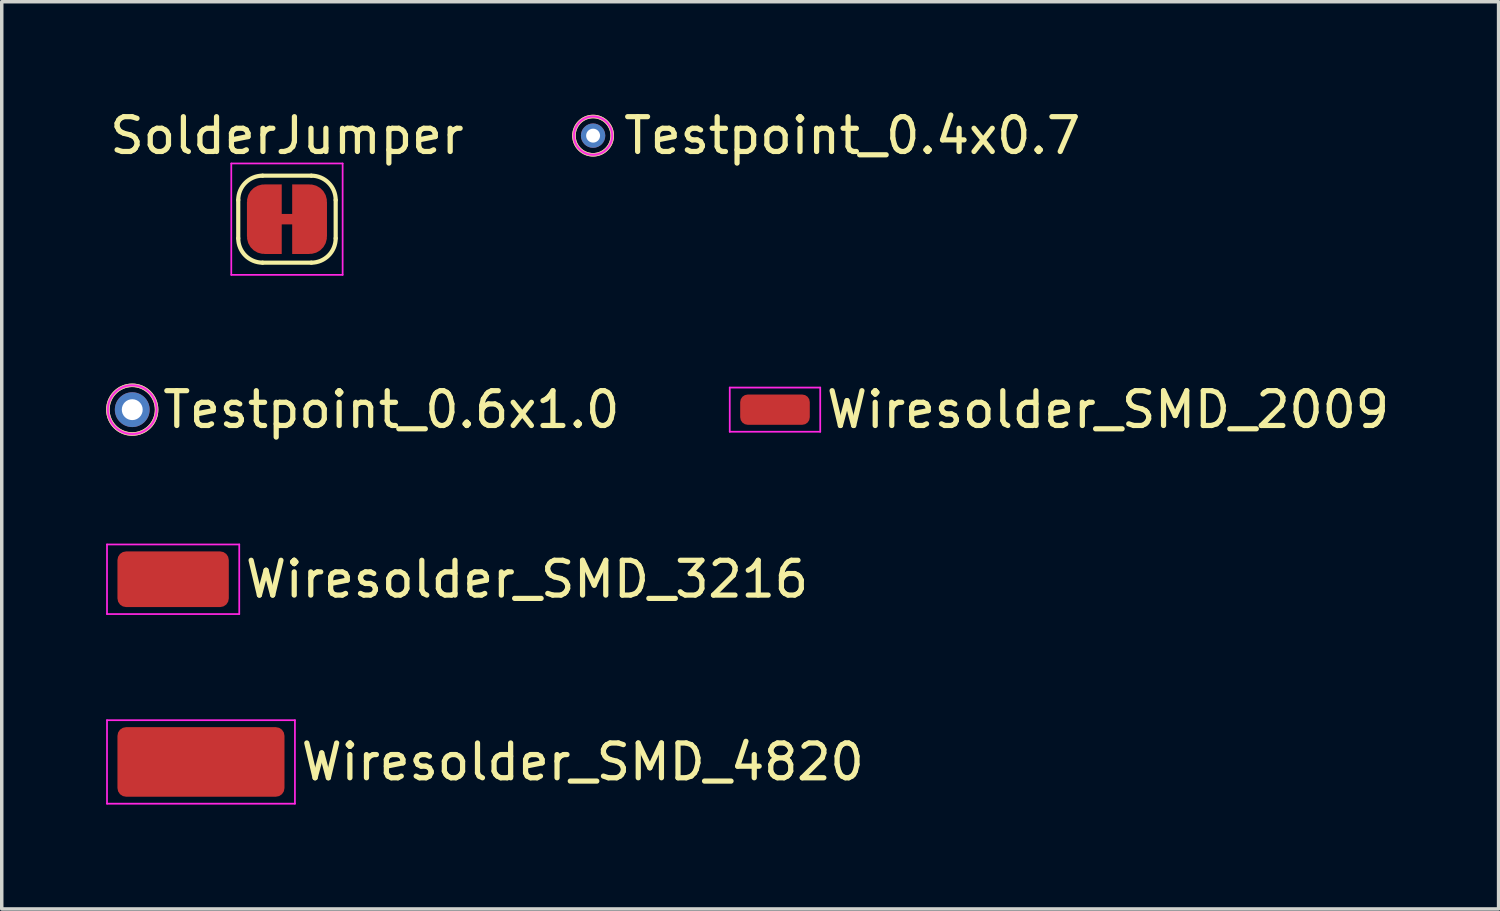
<source format=kicad_pcb>
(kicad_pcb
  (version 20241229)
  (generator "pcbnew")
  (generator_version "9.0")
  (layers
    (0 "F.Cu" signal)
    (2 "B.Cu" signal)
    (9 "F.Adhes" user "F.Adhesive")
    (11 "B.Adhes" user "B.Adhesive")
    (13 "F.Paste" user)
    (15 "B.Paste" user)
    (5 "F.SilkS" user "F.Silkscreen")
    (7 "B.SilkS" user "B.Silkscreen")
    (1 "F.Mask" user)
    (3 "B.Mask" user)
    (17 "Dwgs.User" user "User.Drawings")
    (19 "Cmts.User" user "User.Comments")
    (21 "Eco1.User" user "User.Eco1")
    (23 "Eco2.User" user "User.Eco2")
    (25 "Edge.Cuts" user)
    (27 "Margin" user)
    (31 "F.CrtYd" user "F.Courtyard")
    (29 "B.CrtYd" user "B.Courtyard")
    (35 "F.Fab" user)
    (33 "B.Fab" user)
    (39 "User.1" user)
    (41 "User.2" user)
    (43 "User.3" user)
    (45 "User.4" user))
  (footprint "Wiresolder_SMD_4820"
    (layer "F.Cu")
    (at 2.725 18.845)
    (property "Reference" "Wiresolder_SMD_4820" (at 2.8 0 0) (layer "F.SilkS") (effects (font (size 1 1) (thickness 0.15)) (justify left)))
    (attr exclude_from_pos_files exclude_from_bom)
    (fp_line (start -2.7 -1.2) (end -2.7 1.2) (stroke (width 0.05) (type solid)) (layer "F.CrtYd"))
    (fp_line (start -2.7 1.2) (end 2.7 1.2) (stroke (width 0.05) (type solid)) (layer "F.CrtYd"))
    (fp_line (start 2.7 -1.2) (end -2.7 -1.2) (stroke (width 0.05) (type solid)) (layer "F.CrtYd"))
    (fp_line (start 2.7 1.2) (end 2.7 -1.2) (stroke (width 0.05) (type solid)) (layer "F.CrtYd"))
    (pad "1" smd roundrect (at 0 0) (size 4.8 2) (layers "F.Cu" "F.Mask") (roundrect_rratio 0.125)))
  (footprint "Testpoint_0.4x0.7"
    (layer "F.Cu")
    (at 13.993 0.848)
    (property "Reference" "Testpoint_0.4x0.7" (at 0.8 0 0) (layer "F.SilkS") (effects (font (size 1 1) (thickness 0.15)) (justify left)))
    (attr exclude_from_pos_files exclude_from_bom)
    (fp_circle (center 0 0) (end 0.55 0) (stroke (width 0.1) (type solid)) (fill no) (layer "F.SilkS"))
    (fp_circle (center 0 0) (end 0.55 0) (stroke (width 0.1) (type solid)) (fill no) (layer "B.SilkS"))
    (fp_circle (center 0 0) (end 0.55 0) (stroke (width 0.05) (type solid)) (fill no) (layer "F.CrtYd"))
    (pad "1" thru_hole circle (at 0 0) (size 0.7 0.7) (drill 0.4) (layers "*.Cu" "*.Mask")))
  (footprint "SolderJumper"
    (layer "F.Cu")
    (at 5.196 3.248)
    (property "Reference" "SolderJumper" (at 0 -2.4 0) (layer "F.SilkS") (effects (font (size 1 1) (thickness 0.15))))
    (attr exclude_from_pos_files exclude_from_bom)
    (fp_poly (pts (xy 0.25 -0.15) (xy -0.25 -0.15) (xy -0.25 0.15) (xy 0.25 0.15)) (stroke (width 0) (type solid)) (fill yes) (layer "F.Cu"))
    (fp_poly (pts (xy 0.25 -0.15) (xy -0.25 -0.15) (xy -0.25 0.15) (xy 0.25 0.15)) (stroke (width 0) (type solid)) (fill yes) (layer "F.Mask"))
    (fp_line (start -1.4 0.55) (end -1.4 -0.55) (stroke (width 0.12) (type solid)) (layer "F.SilkS"))
    (fp_line (start -0.7 -1.25) (end 0.7 -1.25) (stroke (width 0.12) (type solid)) (layer "F.SilkS"))
    (fp_line (start 0.7 1.25) (end -0.7 1.25) (stroke (width 0.12) (type solid)) (layer "F.SilkS"))
    (fp_line (start 1.4 -0.55) (end 1.4 0.55) (stroke (width 0.12) (type solid)) (layer "F.SilkS"))
    (fp_arc (start -1.4 -0.55) (mid -1.194975 -1.044975) (end -0.7 -1.25) (stroke (width 0.12) (type solid)) (layer "F.SilkS"))
    (fp_arc (start -0.7 1.25) (mid -1.194975 1.044975) (end -1.4 0.55) (stroke (width 0.12) (type solid)) (layer "F.SilkS"))
    (fp_arc (start 0.7 -1.25) (mid 1.194975 -1.044975) (end 1.4 -0.55) (stroke (width 0.12) (type solid)) (layer "F.SilkS"))
    (fp_arc (start 1.4 0.55) (mid 1.194975 1.044975) (end 0.7 1.25) (stroke (width 0.12) (type solid)) (layer "F.SilkS"))
    (fp_line (start -1.6 -1.6) (end -1.6 1.6) (stroke (width 0.05) (type solid)) (layer "F.CrtYd"))
    (fp_line (start -1.6 -1.6) (end 1.6 -1.6) (stroke (width 0.05) (type solid)) (layer "F.CrtYd"))
    (fp_line (start 1.6 1.6) (end -1.6 1.6) (stroke (width 0.05) (type solid)) (layer "F.CrtYd"))
    (fp_line (start 1.6 1.6) (end 1.6 -1.6) (stroke (width 0.05) (type solid)) (layer "F.CrtYd"))
    (pad "1" smd custom (at -0.65 0) (size 1 1) (layers "F.Cu" "F.Mask") (options (anchor rect)) (primitives (gr_circle (center 0 0.5) (end 0.5 0.5) (width 0) (fill yes)) (gr_circle (center 0 -0.5) (end 0.5 -0.5) (width 0) (fill yes)) (gr_poly (pts (xy 0 -1) (xy 0.5 -1) (xy 0.5 1) (xy 0 1)) (width 0) (fill yes))))
    (pad "2" smd custom (at 0.65 0) (size 1 1) (layers "F.Cu" "F.Mask") (options (anchor rect)) (primitives (gr_circle (center 0 0.5) (end 0.5 0.5) (width 0) (fill yes)) (gr_circle (center 0 -0.5) (end 0.5 -0.5) (width 0) (fill yes)) (gr_poly (pts (xy 0 -1) (xy -0.5 -1) (xy -0.5 1) (xy 0 1)) (width 0) (fill yes)))))
  (footprint "Wiresolder_SMD_3216"
    (layer "F.Cu")
    (at 1.925 13.595)
    (property "Reference" "Wiresolder_SMD_3216" (at 2 0 0) (layer "F.SilkS") (effects (font (size 1 1) (thickness 0.15)) (justify left)))
    (attr exclude_from_pos_files exclude_from_bom)
    (fp_line (start -1.9 -1) (end -1.9 1) (stroke (width 0.05) (type solid)) (layer "F.CrtYd"))
    (fp_line (start -1.9 1) (end 1.9 1) (stroke (width 0.05) (type solid)) (layer "F.CrtYd"))
    (fp_line (start 1.9 -1) (end -1.9 -1) (stroke (width 0.05) (type solid)) (layer "F.CrtYd"))
    (fp_line (start 1.9 1) (end 1.9 -1) (stroke (width 0.05) (type solid)) (layer "F.CrtYd"))
    (pad "1" smd roundrect (at 0 0) (size 3.2 1.6) (layers "F.Cu" "F.Mask") (roundrect_rratio 0.156)))
  (footprint "Testpoint_0.6x1.0"
    (layer "F.Cu")
    (at 0.75 8.722)
    (property "Reference" "Testpoint_0.6x1.0" (at 0.8 0 0) (layer "F.SilkS") (effects (font (size 1 1) (thickness 0.15)) (justify left)))
    (attr exclude_from_pos_files exclude_from_bom)
    (fp_circle (center 0 0) (end 0.7 0) (stroke (width 0.1) (type solid)) (fill no) (layer "F.SilkS"))
    (fp_circle (center 0 0) (end 0.7 0) (stroke (width 0.1) (type solid)) (fill no) (layer "B.SilkS"))
    (fp_circle (center 0 0) (end 0.7 0) (stroke (width 0.05) (type solid)) (fill no) (layer "F.CrtYd"))
    (pad "1" thru_hole circle (at 0 0) (size 1 1) (drill 0.6) (layers "*.Cu" "*.Mask")))
  (footprint "Wiresolder_SMD_2009"
    (layer "F.Cu")
    (at 19.22 8.722)
    (property "Reference" "Wiresolder_SMD_2009" (at 1.4 0 0) (layer "F.SilkS") (effects (font (size 1 1) (thickness 0.15)) (justify left)))
    (attr exclude_from_pos_files exclude_from_bom)
    (fp_line (start -1.3 -0.635) (end -1.3 0.635) (stroke (width 0.05) (type solid)) (layer "F.CrtYd"))
    (fp_line (start -1.3 0.635) (end 1.3 0.635) (stroke (width 0.05) (type solid)) (layer "F.CrtYd"))
    (fp_line (start 1.3 -0.635) (end -1.3 -0.635) (stroke (width 0.05) (type solid)) (layer "F.CrtYd"))
    (fp_line (start 1.3 0.635) (end 1.3 -0.635) (stroke (width 0.05) (type solid)) (layer "F.CrtYd"))
    (pad "1" smd roundrect (at 0 0) (size 2 0.87) (layers "F.Cu" "F.Mask") (roundrect_rratio 0.25)))
  (gr_rect
    (start -3 -3)
    (end 40.013 23.07)
    (stroke (width 0.1) (type default))
    (fill no)
    (layer "Edge.Cuts")))
</source>
